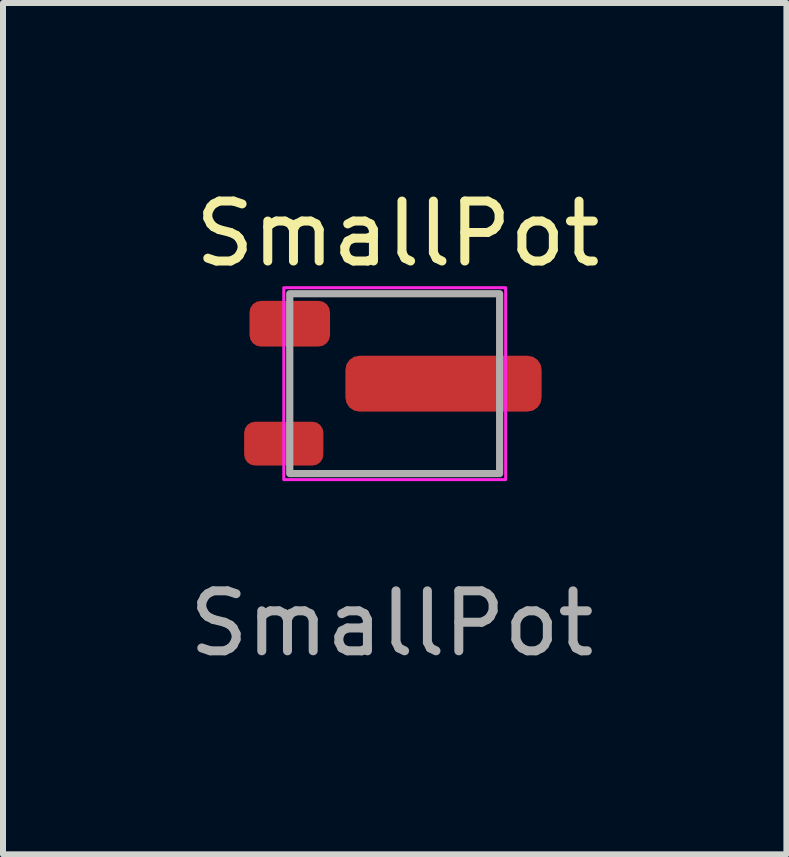
<source format=kicad_pcb>
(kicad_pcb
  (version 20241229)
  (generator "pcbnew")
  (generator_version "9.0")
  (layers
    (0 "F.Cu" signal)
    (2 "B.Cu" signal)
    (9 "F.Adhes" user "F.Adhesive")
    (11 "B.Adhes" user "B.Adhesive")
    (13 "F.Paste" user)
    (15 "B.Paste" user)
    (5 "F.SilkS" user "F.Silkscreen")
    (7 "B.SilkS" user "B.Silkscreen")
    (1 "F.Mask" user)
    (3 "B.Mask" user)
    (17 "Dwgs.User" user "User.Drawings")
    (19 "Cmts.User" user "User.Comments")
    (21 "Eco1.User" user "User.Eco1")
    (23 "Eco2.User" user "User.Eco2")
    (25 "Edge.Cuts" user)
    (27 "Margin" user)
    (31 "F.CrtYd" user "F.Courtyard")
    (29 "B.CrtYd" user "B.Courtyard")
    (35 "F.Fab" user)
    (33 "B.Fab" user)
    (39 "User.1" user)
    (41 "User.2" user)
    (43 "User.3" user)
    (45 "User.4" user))
  (footprint "SmallPot"
    (layer "F.Cu")
    (at 3.482 3.348)
    (property "Reference" "SmallPot" (at 0.1 -2.5 0) (unlocked yes) (layer "F.SilkS") (effects (font (size 1 1) (thickness 0.15))))
    (attr smd)
    (fp_rect (start -1.8 -1.6) (end 1.9 1.6) (stroke (width 0.05) (type solid)) (fill no) (layer "F.CrtYd"))
    (fp_rect (start -1.7 -1.5) (end 1.8 1.5) (stroke (width 0.12) (type solid)) (fill no) (layer "F.Fab"))
    (fp_text user "${REFERENCE}" (at 0 4 0) (unlocked yes) (layer "F.Fab") (effects (font (size 1 1) (thickness 0.15))))
    (pad "1" smd roundrect (at -1.7 -1) (size 1.343 0.762) (layers "F.Cu" "F.Mask" "F.Paste") (roundrect_rratio 0.25))
    (pad "2" smd roundrect (at 0.864 0) (size 3.272 0.931) (layers "F.Cu" "F.Mask" "F.Paste") (roundrect_rratio 0.25))
    (pad "3" smd roundrect (at -1.8 1) (size 1.321 0.731) (layers "F.Cu" "F.Mask" "F.Paste") (roundrect_rratio 0.25)))
  (gr_rect
    (start -3 -3)
    (end 10.064 11.197)
    (stroke (width 0.1) (type default))
    (fill no)
    (layer "Edge.Cuts")))
</source>
